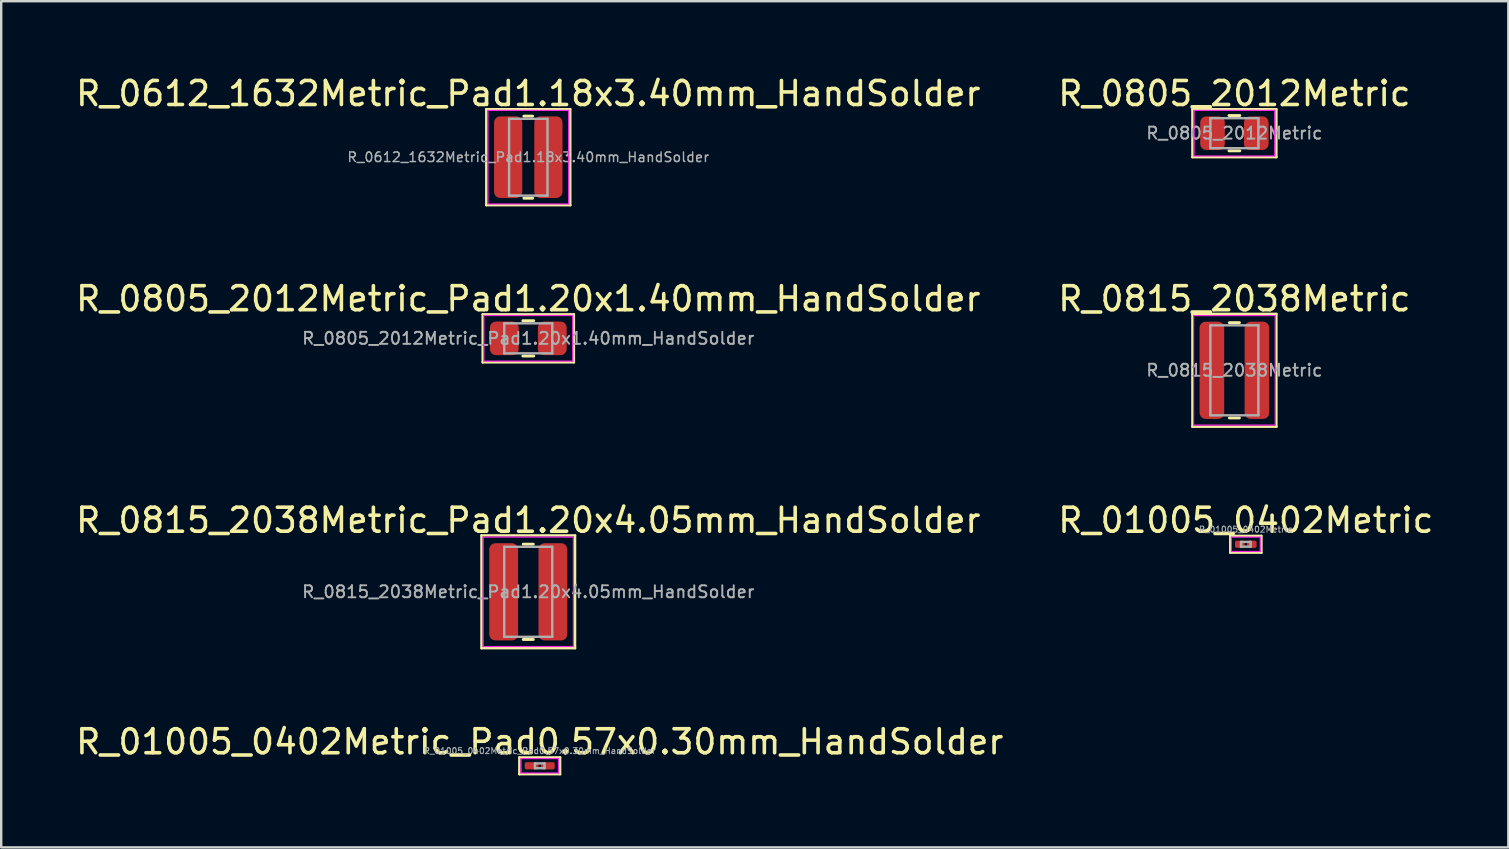
<source format=kicad_pcb>
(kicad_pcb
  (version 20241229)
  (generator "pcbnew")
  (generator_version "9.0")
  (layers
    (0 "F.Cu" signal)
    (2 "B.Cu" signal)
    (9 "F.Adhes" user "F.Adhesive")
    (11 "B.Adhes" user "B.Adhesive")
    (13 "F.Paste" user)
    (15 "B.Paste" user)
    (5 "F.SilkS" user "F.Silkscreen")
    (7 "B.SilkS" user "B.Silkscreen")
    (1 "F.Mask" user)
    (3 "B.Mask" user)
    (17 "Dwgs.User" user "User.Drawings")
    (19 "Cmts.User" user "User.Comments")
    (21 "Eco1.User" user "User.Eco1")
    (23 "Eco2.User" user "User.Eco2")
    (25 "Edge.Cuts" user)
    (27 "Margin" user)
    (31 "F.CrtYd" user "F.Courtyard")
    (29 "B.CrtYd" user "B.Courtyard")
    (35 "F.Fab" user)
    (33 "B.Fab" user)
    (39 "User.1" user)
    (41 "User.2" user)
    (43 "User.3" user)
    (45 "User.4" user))
  (footprint "R_01005_0402Metric"
    (layer "F.Cu")
    (at 48.851 19.625)
    (property "Reference" "R_01005_0402Metric" (at 0 -1 0) (layer "F.SilkS") (effects (font (size 1 1) (thickness 0.15))))
    (attr smd)
    (fp_line (start -0.65 -0.35) (end 0.65 -0.35) (stroke (width 0.1) (type default)) (layer "F.SilkS"))
    (fp_line (start -0.65 0.35) (end -0.65 -0.35) (stroke (width 0.1) (type default)) (layer "F.SilkS"))
    (fp_line (start 0.65 -0.35) (end 0.65 0.35) (stroke (width 0.1) (type default)) (layer "F.SilkS"))
    (fp_line (start 0.65 0.35) (end -0.65 0.35) (stroke (width 0.1) (type default)) (layer "F.SilkS"))
    (fp_line (start -0.6 -0.3) (end 0.6 -0.3) (stroke (width 0.05) (type solid)) (layer "F.CrtYd"))
    (fp_line (start -0.6 0.3) (end -0.6 -0.3) (stroke (width 0.05) (type solid)) (layer "F.CrtYd"))
    (fp_line (start 0.6 -0.3) (end 0.6 0.3) (stroke (width 0.05) (type solid)) (layer "F.CrtYd"))
    (fp_line (start 0.6 0.3) (end -0.6 0.3) (stroke (width 0.05) (type solid)) (layer "F.CrtYd"))
    (fp_line (start -0.2 -0.1) (end 0.2 -0.1) (stroke (width 0.1) (type solid)) (layer "F.Fab"))
    (fp_line (start -0.2 0.1) (end -0.2 -0.1) (stroke (width 0.1) (type solid)) (layer "F.Fab"))
    (fp_line (start 0.2 -0.1) (end 0.2 0.1) (stroke (width 0.1) (type solid)) (layer "F.Fab"))
    (fp_line (start 0.2 0.1) (end -0.2 0.1) (stroke (width 0.1) (type solid)) (layer "F.Fab"))
    (fp_text user "${REFERENCE}" (at 0 -0.62 0) (layer "F.Fab") (effects (font (size 0.25 0.25) (thickness 0.04))))
    (pad "" smd roundrect (at -0.275 0) (size 0.27 0.27) (layers "F.Paste") (roundrect_rratio 0.25))
    (pad "" smd roundrect (at 0.275 0) (size 0.27 0.27) (layers "F.Paste") (roundrect_rratio 0.25))
    (pad "1" smd roundrect (at -0.25 0) (size 0.4 0.3) (layers "F.Cu" "F.Mask") (roundrect_rratio 0.25))
    (pad "2" smd roundrect (at 0.25 0) (size 0.4 0.3) (layers "F.Cu" "F.Mask") (roundrect_rratio 0.25)))
  (footprint "R_0815_2038Metric_Pad1.20x4.05mm_HandSolder"
    (layer "F.Cu")
    (at 18.958 21.605)
    (property "Reference" "R_0815_2038Metric_Pad1.20x4.05mm_HandSolder" (at 0 -2.98 0) (layer "F.SilkS") (effects (font (size 1 1) (thickness 0.15))))
    (attr smd)
    (fp_line (start -1.95 -2.35) (end 1.95 -2.35) (stroke (width 0.1) (type default)) (layer "F.SilkS"))
    (fp_line (start -1.95 2.35) (end -1.95 -2.35) (stroke (width 0.1) (type default)) (layer "F.SilkS"))
    (fp_line (start -0.21 -1.985) (end 0.21 -1.985) (stroke (width 0.12) (type solid)) (layer "F.SilkS"))
    (fp_line (start -0.21 1.985) (end 0.21 1.985) (stroke (width 0.12) (type solid)) (layer "F.SilkS"))
    (fp_line (start 1.95 -2.35) (end 1.95 2.35) (stroke (width 0.1) (type default)) (layer "F.SilkS"))
    (fp_line (start 1.95 2.35) (end -1.95 2.35) (stroke (width 0.1) (type default)) (layer "F.SilkS"))
    (fp_line (start -1.88 -2.28) (end 1.88 -2.28) (stroke (width 0.05) (type solid)) (layer "F.CrtYd"))
    (fp_line (start -1.88 2.28) (end -1.88 -2.28) (stroke (width 0.05) (type solid)) (layer "F.CrtYd"))
    (fp_line (start 1.88 -2.28) (end 1.88 2.28) (stroke (width 0.05) (type solid)) (layer "F.CrtYd"))
    (fp_line (start 1.88 2.28) (end -1.88 2.28) (stroke (width 0.05) (type solid)) (layer "F.CrtYd"))
    (fp_line (start -1 -1.875) (end 1 -1.875) (stroke (width 0.1) (type solid)) (layer "F.Fab"))
    (fp_line (start -1 1.875) (end -1 -1.875) (stroke (width 0.1) (type solid)) (layer "F.Fab"))
    (fp_line (start 1 -1.875) (end 1 1.875) (stroke (width 0.1) (type solid)) (layer "F.Fab"))
    (fp_line (start 1 1.875) (end -1 1.875) (stroke (width 0.1) (type solid)) (layer "F.Fab"))
    (fp_text user "${REFERENCE}" (at 0 0 0) (layer "F.Fab") (effects (font (size 0.5 0.5) (thickness 0.08))))
    (pad "1" smd roundrect (at -1.025 0) (size 1.2 4.05) (layers "F.Cu" "F.Mask" "F.Paste") (roundrect_rratio 0.208))
    (pad "2" smd roundrect (at 1.025 0) (size 1.2 4.05) (layers "F.Cu" "F.Mask" "F.Paste") (roundrect_rratio 0.208)))
  (footprint "R_0815_2038Metric"
    (layer "F.Cu")
    (at 48.375 12.377)
    (property "Reference" "R_0815_2038Metric" (at 0 -2.98 0) (layer "F.SilkS") (effects (font (size 1 1) (thickness 0.15))))
    (attr smd)
    (fp_line (start -1.75 -2.35) (end 1.75 -2.35) (stroke (width 0.1) (type default)) (layer "F.SilkS"))
    (fp_line (start -1.75 2.35) (end -1.75 -2.35) (stroke (width 0.1) (type default)) (layer "F.SilkS"))
    (fp_line (start -0.21 -1.985) (end 0.21 -1.985) (stroke (width 0.12) (type solid)) (layer "F.SilkS"))
    (fp_line (start -0.21 1.985) (end 0.21 1.985) (stroke (width 0.12) (type solid)) (layer "F.SilkS"))
    (fp_line (start 1.75 -2.35) (end 1.75 2.35) (stroke (width 0.1) (type default)) (layer "F.SilkS"))
    (fp_line (start 1.75 2.35) (end -1.75 2.35) (stroke (width 0.1) (type default)) (layer "F.SilkS"))
    (fp_line (start -1.7 -2.28) (end 1.7 -2.28) (stroke (width 0.05) (type solid)) (layer "F.CrtYd"))
    (fp_line (start -1.7 2.28) (end -1.7 -2.28) (stroke (width 0.05) (type solid)) (layer "F.CrtYd"))
    (fp_line (start 1.7 -2.28) (end 1.7 2.28) (stroke (width 0.05) (type solid)) (layer "F.CrtYd"))
    (fp_line (start 1.7 2.28) (end -1.7 2.28) (stroke (width 0.05) (type solid)) (layer "F.CrtYd"))
    (fp_line (start -1 -1.875) (end 1 -1.875) (stroke (width 0.1) (type solid)) (layer "F.Fab"))
    (fp_line (start -1 1.875) (end -1 -1.875) (stroke (width 0.1) (type solid)) (layer "F.Fab"))
    (fp_line (start 1 -1.875) (end 1 1.875) (stroke (width 0.1) (type solid)) (layer "F.Fab"))
    (fp_line (start 1 1.875) (end -1 1.875) (stroke (width 0.1) (type solid)) (layer "F.Fab"))
    (fp_text user "${REFERENCE}" (at 0 0 0) (layer "F.Fab") (effects (font (size 0.5 0.5) (thickness 0.08))))
    (pad "1" smd roundrect (at -0.938 0) (size 1.025 4.05) (layers "F.Cu" "F.Mask" "F.Paste") (roundrect_rratio 0.244))
    (pad "2" smd roundrect (at 0.938 0) (size 1.025 4.05) (layers "F.Cu" "F.Mask" "F.Paste") (roundrect_rratio 0.244)))
  (footprint "R_0612_1632Metric_Pad1.18x3.40mm_HandSolder"
    (layer "F.Cu")
    (at 18.958 3.498)
    (property "Reference" "R_0612_1632Metric_Pad1.18x3.40mm_HandSolder" (at 0 -2.65 0) (layer "F.SilkS") (effects (font (size 1 1) (thickness 0.15))))
    (attr smd)
    (fp_line (start -1.75 -2) (end 1.75 -2) (stroke (width 0.1) (type default)) (layer "F.SilkS"))
    (fp_line (start -1.75 2) (end -1.75 -2) (stroke (width 0.1) (type default)) (layer "F.SilkS"))
    (fp_line (start -0.183 -1.71) (end 0.183 -1.71) (stroke (width 0.12) (type solid)) (layer "F.SilkS"))
    (fp_line (start -0.183 1.71) (end 0.183 1.71) (stroke (width 0.12) (type solid)) (layer "F.SilkS"))
    (fp_line (start 1.75 -2) (end 1.75 2) (stroke (width 0.1) (type default)) (layer "F.SilkS"))
    (fp_line (start 1.75 2) (end -1.75 2) (stroke (width 0.1) (type default)) (layer "F.SilkS"))
    (fp_line (start -1.68 -1.95) (end 1.68 -1.95) (stroke (width 0.05) (type solid)) (layer "F.CrtYd"))
    (fp_line (start -1.68 1.95) (end -1.68 -1.95) (stroke (width 0.05) (type solid)) (layer "F.CrtYd"))
    (fp_line (start 1.68 -1.95) (end 1.68 1.95) (stroke (width 0.05) (type solid)) (layer "F.CrtYd"))
    (fp_line (start 1.68 1.95) (end -1.68 1.95) (stroke (width 0.05) (type solid)) (layer "F.CrtYd"))
    (fp_line (start -0.8 -1.6) (end 0.8 -1.6) (stroke (width 0.1) (type solid)) (layer "F.Fab"))
    (fp_line (start -0.8 1.6) (end -0.8 -1.6) (stroke (width 0.1) (type solid)) (layer "F.Fab"))
    (fp_line (start 0.8 -1.6) (end 0.8 1.6) (stroke (width 0.1) (type solid)) (layer "F.Fab"))
    (fp_line (start 0.8 1.6) (end -0.8 1.6) (stroke (width 0.1) (type solid)) (layer "F.Fab"))
    (fp_text user "${REFERENCE}" (at 0 0 0) (layer "F.Fab") (effects (font (size 0.4 0.4) (thickness 0.06))))
    (pad "1" smd roundrect (at -0.838 0) (size 1.175 3.4) (layers "F.Cu" "F.Mask" "F.Paste") (roundrect_rratio 0.213))
    (pad "2" smd roundrect (at 0.838 0) (size 1.175 3.4) (layers "F.Cu" "F.Mask" "F.Paste") (roundrect_rratio 0.213)))
  (footprint "R_0805_2012Metric"
    (layer "F.Cu")
    (at 48.375 2.498)
    (property "Reference" "R_0805_2012Metric" (at 0 -1.65 0) (layer "F.SilkS") (effects (font (size 1 1) (thickness 0.15))))
    (attr smd)
    (fp_line (start -1.75 -1) (end 1.75 -1) (stroke (width 0.1) (type default)) (layer "F.SilkS"))
    (fp_line (start -1.75 1) (end -1.75 -1) (stroke (width 0.1) (type default)) (layer "F.SilkS"))
    (fp_line (start -0.227 -0.735) (end 0.227 -0.735) (stroke (width 0.12) (type solid)) (layer "F.SilkS"))
    (fp_line (start -0.227 0.735) (end 0.227 0.735) (stroke (width 0.12) (type solid)) (layer "F.SilkS"))
    (fp_line (start 1.75 -1) (end 1.75 1) (stroke (width 0.1) (type default)) (layer "F.SilkS"))
    (fp_line (start 1.75 1) (end -1.75 1) (stroke (width 0.1) (type default)) (layer "F.SilkS"))
    (fp_line (start -1.68 -0.95) (end 1.68 -0.95) (stroke (width 0.05) (type solid)) (layer "F.CrtYd"))
    (fp_line (start -1.68 0.95) (end -1.68 -0.95) (stroke (width 0.05) (type solid)) (layer "F.CrtYd"))
    (fp_line (start 1.68 -0.95) (end 1.68 0.95) (stroke (width 0.05) (type solid)) (layer "F.CrtYd"))
    (fp_line (start 1.68 0.95) (end -1.68 0.95) (stroke (width 0.05) (type solid)) (layer "F.CrtYd"))
    (fp_line (start -1 -0.625) (end 1 -0.625) (stroke (width 0.1) (type solid)) (layer "F.Fab"))
    (fp_line (start -1 0.625) (end -1 -0.625) (stroke (width 0.1) (type solid)) (layer "F.Fab"))
    (fp_line (start 1 -0.625) (end 1 0.625) (stroke (width 0.1) (type solid)) (layer "F.Fab"))
    (fp_line (start 1 0.625) (end -1 0.625) (stroke (width 0.1) (type solid)) (layer "F.Fab"))
    (fp_text user "${REFERENCE}" (at 0 0 0) (layer "F.Fab") (effects (font (size 0.5 0.5) (thickness 0.08))))
    (pad "1" smd roundrect (at -0.912 0) (size 1.025 1.4) (layers "F.Cu" "F.Mask" "F.Paste") (roundrect_rratio 0.244))
    (pad "2" smd roundrect (at 0.912 0) (size 1.025 1.4) (layers "F.Cu" "F.Mask" "F.Paste") (roundrect_rratio 0.244)))
  (footprint "R_0805_2012Metric_Pad1.20x1.40mm_HandSolder"
    (layer "F.Cu")
    (at 18.958 11.046)
    (property "Reference" "R_0805_2012Metric_Pad1.20x1.40mm_HandSolder" (at 0 -1.65 0) (layer "F.SilkS") (effects (font (size 1 1) (thickness 0.15))))
    (attr smd)
    (fp_line (start -1.9 -1) (end 1.9 -1) (stroke (width 0.1) (type default)) (layer "F.SilkS"))
    (fp_line (start -1.9 1) (end -1.9 -1) (stroke (width 0.1) (type default)) (layer "F.SilkS"))
    (fp_line (start -0.227 -0.735) (end 0.227 -0.735) (stroke (width 0.12) (type solid)) (layer "F.SilkS"))
    (fp_line (start -0.227 0.735) (end 0.227 0.735) (stroke (width 0.12) (type solid)) (layer "F.SilkS"))
    (fp_line (start 1.9 -1) (end 1.9 1) (stroke (width 0.1) (type default)) (layer "F.SilkS"))
    (fp_line (start 1.9 1) (end -1.9 1) (stroke (width 0.1) (type default)) (layer "F.SilkS"))
    (fp_line (start -1.85 -0.95) (end 1.85 -0.95) (stroke (width 0.05) (type solid)) (layer "F.CrtYd"))
    (fp_line (start -1.85 0.95) (end -1.85 -0.95) (stroke (width 0.05) (type solid)) (layer "F.CrtYd"))
    (fp_line (start 1.85 -0.95) (end 1.85 0.95) (stroke (width 0.05) (type solid)) (layer "F.CrtYd"))
    (fp_line (start 1.85 0.95) (end -1.85 0.95) (stroke (width 0.05) (type solid)) (layer "F.CrtYd"))
    (fp_line (start -1 -0.625) (end 1 -0.625) (stroke (width 0.1) (type solid)) (layer "F.Fab"))
    (fp_line (start -1 0.625) (end -1 -0.625) (stroke (width 0.1) (type solid)) (layer "F.Fab"))
    (fp_line (start 1 -0.625) (end 1 0.625) (stroke (width 0.1) (type solid)) (layer "F.Fab"))
    (fp_line (start 1 0.625) (end -1 0.625) (stroke (width 0.1) (type solid)) (layer "F.Fab"))
    (fp_text user "${REFERENCE}" (at 0 0 0) (layer "F.Fab") (effects (font (size 0.5 0.5) (thickness 0.08))))
    (pad "1" smd roundrect (at -1 0) (size 1.2 1.4) (layers "F.Cu" "F.Mask" "F.Paste") (roundrect_rratio 0.208))
    (pad "2" smd roundrect (at 1 0) (size 1.2 1.4) (layers "F.Cu" "F.Mask" "F.Paste") (roundrect_rratio 0.208)))
  (footprint "R_01005_0402Metric_Pad0.57x0.30mm_HandSolder"
    (layer "F.Cu")
    (at 19.435 28.853)
    (property "Reference" "R_01005_0402Metric_Pad0.57x0.30mm_HandSolder" (at 0 -1 0) (layer "F.SilkS") (effects (font (size 1 1) (thickness 0.15))))
    (attr smd)
    (fp_line (start -0.85 -0.35) (end 0.85 -0.35) (stroke (width 0.1) (type default)) (layer "F.SilkS"))
    (fp_line (start -0.85 0.35) (end -0.85 -0.35) (stroke (width 0.1) (type default)) (layer "F.SilkS"))
    (fp_line (start 0.85 -0.35) (end 0.85 0.35) (stroke (width 0.1) (type default)) (layer "F.SilkS"))
    (fp_line (start 0.85 0.35) (end -0.85 0.35) (stroke (width 0.1) (type default)) (layer "F.SilkS"))
    (fp_line (start -0.78 -0.3) (end 0.78 -0.3) (stroke (width 0.05) (type solid)) (layer "F.CrtYd"))
    (fp_line (start -0.78 0.3) (end -0.78 -0.3) (stroke (width 0.05) (type solid)) (layer "F.CrtYd"))
    (fp_line (start 0.78 -0.3) (end 0.78 0.3) (stroke (width 0.05) (type solid)) (layer "F.CrtYd"))
    (fp_line (start 0.78 0.3) (end -0.78 0.3) (stroke (width 0.05) (type solid)) (layer "F.CrtYd"))
    (fp_line (start -0.2 -0.1) (end 0.2 -0.1) (stroke (width 0.1) (type solid)) (layer "F.Fab"))
    (fp_line (start -0.2 0.1) (end -0.2 -0.1) (stroke (width 0.1) (type solid)) (layer "F.Fab"))
    (fp_line (start 0.2 -0.1) (end 0.2 0.1) (stroke (width 0.1) (type solid)) (layer "F.Fab"))
    (fp_line (start 0.2 0.1) (end -0.2 0.1) (stroke (width 0.1) (type solid)) (layer "F.Fab"))
    (fp_text user "${REFERENCE}" (at 0 -0.62 0) (layer "F.Fab") (effects (font (size 0.25 0.25) (thickness 0.04))))
    (pad "" smd roundrect (at -0.362 0) (size 0.41 0.27) (layers "F.Paste") (roundrect_rratio 0.25))
    (pad "" smd roundrect (at 0.362 0) (size 0.41 0.27) (layers "F.Paste") (roundrect_rratio 0.25))
    (pad "1" smd roundrect (at -0.338 0) (size 0.575 0.3) (layers "F.Cu" "F.Mask") (roundrect_rratio 0.25))
    (pad "2" smd roundrect (at 0.338 0) (size 0.575 0.3) (layers "F.Cu" "F.Mask") (roundrect_rratio 0.25)))
  (gr_rect
    (start -3 -3)
    (end 59.786 32.253)
    (stroke (width 0.1) (type default))
    (fill no)
    (layer "Edge.Cuts")))
</source>
